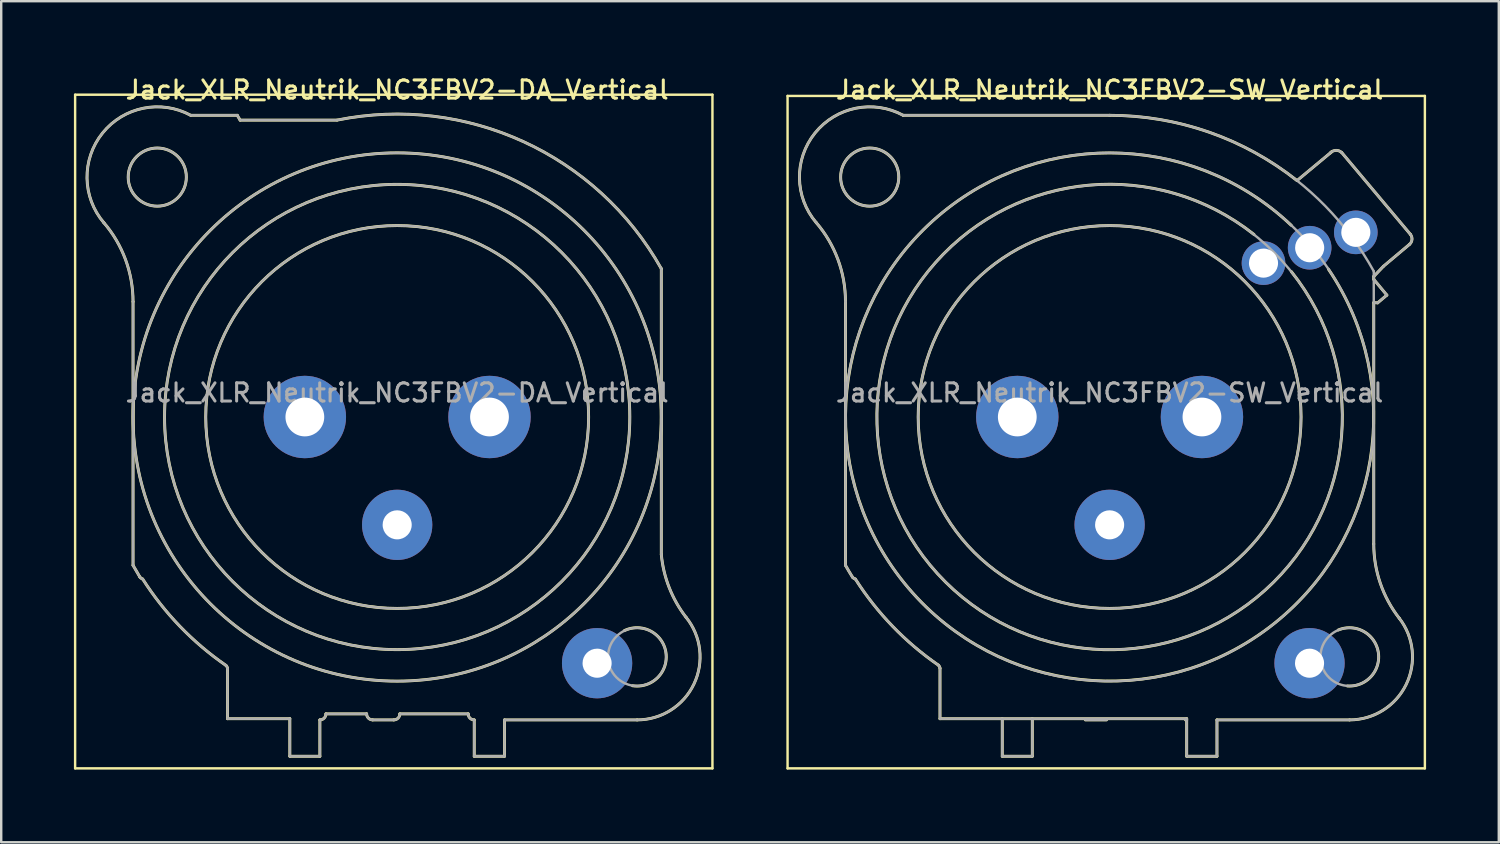
<source format=kicad_pcb>
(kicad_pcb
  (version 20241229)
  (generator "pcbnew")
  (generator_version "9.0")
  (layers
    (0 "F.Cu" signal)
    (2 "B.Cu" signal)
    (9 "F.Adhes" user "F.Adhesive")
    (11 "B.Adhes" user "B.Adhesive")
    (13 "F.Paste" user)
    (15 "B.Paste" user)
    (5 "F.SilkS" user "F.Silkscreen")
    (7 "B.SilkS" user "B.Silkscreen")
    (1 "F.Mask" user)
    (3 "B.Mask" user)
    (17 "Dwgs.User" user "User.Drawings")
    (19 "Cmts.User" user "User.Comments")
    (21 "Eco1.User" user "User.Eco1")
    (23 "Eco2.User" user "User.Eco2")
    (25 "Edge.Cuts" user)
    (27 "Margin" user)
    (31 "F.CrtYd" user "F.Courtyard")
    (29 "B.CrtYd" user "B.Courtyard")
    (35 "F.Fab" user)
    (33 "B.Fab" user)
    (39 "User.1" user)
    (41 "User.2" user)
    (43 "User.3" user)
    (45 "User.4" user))
  (footprint "Jack_XLR_Neutrik_NC3FBV2-DA_Vertical"
    (layer "F.Cu")
    (at 17.15 14.158)
    (property "Reference" "Jack_XLR_Neutrik_NC3FBV2-DA_Vertical" (at -3.81 -13.5 0) (layer "F.SilkS") (effects (font (size 0.75 0.75) (thickness 0.125))))
    (attr through_hole)
    (fp_line (start -17.1 -13.3) (end 9.2 -13.3) (stroke (width 0.1) (type solid)) (layer "F.SilkS"))
    (fp_line (start -17.1 14.5) (end -17.1 -13.3) (stroke (width 0.1) (type solid)) (layer "F.SilkS"))
    (fp_line (start -14.71 -4.76) (end -14.71 6.12) (stroke (width 0.12) (type solid)) (layer "F.SilkS"))
    (fp_line (start -14.71 6.12) (end -14.43 6.6) (stroke (width 0.12) (type solid)) (layer "F.SilkS"))
    (fp_line (start -10.81 10.39) (end -10.81 12.45) (stroke (width 0.12) (type solid)) (layer "F.SilkS"))
    (fp_line (start -10.81 12.45) (end -8.24 12.45) (stroke (width 0.12) (type solid)) (layer "F.SilkS"))
    (fp_line (start -10.41 -12.45) (end -12.33 -12.45) (stroke (width 0.12) (type solid)) (layer "F.SilkS"))
    (fp_line (start -10.29 -12.25) (end -10.41 -12.45) (stroke (width 0.12) (type solid)) (layer "F.SilkS"))
    (fp_line (start -8.24 12.45) (end -8.24 14) (stroke (width 0.12) (type solid)) (layer "F.SilkS"))
    (fp_line (start -7 14) (end -8.24 14) (stroke (width 0.12) (type solid)) (layer "F.SilkS"))
    (fp_line (start -7 14) (end -7 12.5) (stroke (width 0.12) (type solid)) (layer "F.SilkS"))
    (fp_line (start -6.75 12.25) (end -5.07 12.25) (stroke (width 0.12) (type solid)) (layer "F.SilkS"))
    (fp_line (start -6.3 -12.25) (end -10.29 -12.25) (stroke (width 0.12) (type solid)) (layer "F.SilkS"))
    (fp_line (start -4.82 12.5) (end -3.95 12.5) (stroke (width 0.12) (type solid)) (layer "F.SilkS"))
    (fp_line (start -3.7 12.25) (end -0.88 12.25) (stroke (width 0.12) (type solid)) (layer "F.SilkS"))
    (fp_line (start -0.63 12.5) (end -0.63 14) (stroke (width 0.12) (type solid)) (layer "F.SilkS"))
    (fp_line (start 0.62 12.5) (end 6.09 12.5) (stroke (width 0.12) (type solid)) (layer "F.SilkS"))
    (fp_line (start 0.62 14) (end -0.63 14) (stroke (width 0.12) (type solid)) (layer "F.SilkS"))
    (fp_line (start 0.62 14) (end 0.62 12.5) (stroke (width 0.12) (type solid)) (layer "F.SilkS"))
    (fp_line (start 7.09 5.67) (end 7.09 -6.12) (stroke (width 0.12) (type solid)) (layer "F.SilkS"))
    (fp_line (start 9.2 -13.3) (end 9.2 14.5) (stroke (width 0.1) (type solid)) (layer "F.SilkS"))
    (fp_line (start 9.2 14.5) (end -17.1 14.5) (stroke (width 0.1) (type solid)) (layer "F.SilkS"))
    (fp_arc (start -15.916051 -8.020379) (mid -15.021177 -6.498148) (end -14.71 -4.76) (stroke (width 0.12) (type solid)) (layer "F.SilkS"))
    (fp_arc (start -15.908884 -8.010077) (mid -15.967404 -11.719623) (end -12.33 -12.45) (stroke (width 0.12) (type solid)) (layer "F.SilkS"))
    (fp_arc (start -14.313753 6.685219) (mid -14.379716 6.653303) (end -14.43 6.6) (stroke (width 0.12) (type solid)) (layer "F.SilkS"))
    (fp_arc (start -10.879208 10.248532) (mid -12.772983 8.641241) (end -14.31 6.69) (stroke (width 0.12) (type solid)) (layer "F.SilkS"))
    (fp_arc (start -10.874359 10.252686) (mid -10.828679 10.315015) (end -10.81 10.39) (stroke (width 0.12) (type solid)) (layer "F.SilkS"))
    (fp_arc (start -6.75 12.25) (mid -6.823223 12.426777) (end -7 12.5) (stroke (width 0.12) (type solid)) (layer "F.SilkS"))
    (fp_arc (start -6.283571 -12.253402) (mid 1.401126 -11.362596) (end 7.09 -6.12) (stroke (width 0.12) (type solid)) (layer "F.SilkS"))
    (fp_arc (start -4.82 12.5) (mid -4.996777 12.426777) (end -5.07 12.25) (stroke (width 0.12) (type solid)) (layer "F.SilkS"))
    (fp_arc (start -3.7 12.25) (mid -3.773223 12.426777) (end -3.95 12.5) (stroke (width 0.12) (type solid)) (layer "F.SilkS"))
    (fp_arc (start -0.63 12.5) (mid -0.806777 12.426777) (end -0.88 12.25) (stroke (width 0.12) (type solid)) (layer "F.SilkS"))
    (fp_arc (start 5.563083 8.81623) (mid 7.282057 9.723366) (end 5.9 11.09) (stroke (width 0.12) (type solid)) (layer "F.SilkS"))
    (fp_arc (start 8.110579 8.263767) (mid 8.436721 11.019329) (end 6.09 12.5) (stroke (width 0.12) (type solid)) (layer "F.SilkS"))
    (fp_arc (start 8.111727 8.266808) (mid 7.416073 7.041111) (end 7.09 5.67) (stroke (width 0.12) (type solid)) (layer "F.SilkS"))
    (fp_circle (center -13.71 -9.9) (end -12.51 -9.9) (stroke (width 0.12) (type solid)) (fill no) (layer "F.SilkS"))
    (fp_circle (center -3.81 0) (end 4.09 0) (stroke (width 0.12) (type solid)) (fill no) (layer "F.SilkS"))
    (fp_circle (center -3.81 0) (end 5.79 0) (stroke (width 0.12) (type solid)) (fill no) (layer "F.SilkS"))
    (fp_circle (center -3.81 0) (end 7.09 0) (stroke (width 0.12) (type solid)) (fill no) (layer "F.SilkS"))
    (fp_line (start -14.71 -4.76) (end -14.71 6.12) (stroke (width 0.1) (type solid)) (layer "F.Fab"))
    (fp_line (start -14.71 6.12) (end -14.43 6.6) (stroke (width 0.1) (type solid)) (layer "F.Fab"))
    (fp_line (start -10.81 10.39) (end -10.81 12.45) (stroke (width 0.1) (type solid)) (layer "F.Fab"))
    (fp_line (start -10.81 12.45) (end -8.24 12.45) (stroke (width 0.1) (type solid)) (layer "F.Fab"))
    (fp_line (start -10.41 -12.45) (end -12.33 -12.45) (stroke (width 0.1) (type solid)) (layer "F.Fab"))
    (fp_line (start -10.29 -12.25) (end -10.41 -12.45) (stroke (width 0.1) (type solid)) (layer "F.Fab"))
    (fp_line (start -8.24 12.45) (end -8.24 14) (stroke (width 0.1) (type solid)) (layer "F.Fab"))
    (fp_line (start -7 14) (end -8.24 14) (stroke (width 0.1) (type solid)) (layer "F.Fab"))
    (fp_line (start -7 14) (end -7 12.5) (stroke (width 0.1) (type solid)) (layer "F.Fab"))
    (fp_line (start -6.75 12.25) (end -5.07 12.25) (stroke (width 0.1) (type solid)) (layer "F.Fab"))
    (fp_line (start -6.3 -12.25) (end -10.29 -12.25) (stroke (width 0.1) (type solid)) (layer "F.Fab"))
    (fp_line (start -4.82 12.5) (end -3.95 12.5) (stroke (width 0.1) (type solid)) (layer "F.Fab"))
    (fp_line (start -3.7 12.25) (end -0.88 12.25) (stroke (width 0.1) (type solid)) (layer "F.Fab"))
    (fp_line (start -0.63 12.5) (end -0.63 14) (stroke (width 0.1) (type solid)) (layer "F.Fab"))
    (fp_line (start 0.62 12.5) (end 6.09 12.5) (stroke (width 0.1) (type solid)) (layer "F.Fab"))
    (fp_line (start 0.62 14) (end -0.63 14) (stroke (width 0.1) (type solid)) (layer "F.Fab"))
    (fp_line (start 0.62 14) (end 0.62 12.5) (stroke (width 0.1) (type solid)) (layer "F.Fab"))
    (fp_line (start 7.09 5.67) (end 7.09 -6.12) (stroke (width 0.1) (type solid)) (layer "F.Fab"))
    (fp_arc (start -15.916051 -8.020379) (mid -15.021177 -6.498148) (end -14.71 -4.76) (stroke (width 0.1) (type solid)) (layer "F.Fab"))
    (fp_arc (start -15.908884 -8.010077) (mid -15.967404 -11.719623) (end -12.33 -12.45) (stroke (width 0.1) (type solid)) (layer "F.Fab"))
    (fp_arc (start -14.313753 6.685219) (mid -14.379716 6.653303) (end -14.43 6.6) (stroke (width 0.1) (type solid)) (layer "F.Fab"))
    (fp_arc (start -10.879208 10.248532) (mid -12.772983 8.641241) (end -14.31 6.69) (stroke (width 0.1) (type solid)) (layer "F.Fab"))
    (fp_arc (start -10.874359 10.252686) (mid -10.828679 10.315015) (end -10.81 10.39) (stroke (width 0.1) (type solid)) (layer "F.Fab"))
    (fp_arc (start -6.75 12.25) (mid -6.823223 12.426777) (end -7 12.5) (stroke (width 0.1) (type solid)) (layer "F.Fab"))
    (fp_arc (start -6.283571 -12.253402) (mid 1.401126 -11.362596) (end 7.09 -6.12) (stroke (width 0.1) (type solid)) (layer "F.Fab"))
    (fp_arc (start -4.82 12.5) (mid -4.996777 12.426777) (end -5.07 12.25) (stroke (width 0.1) (type solid)) (layer "F.Fab"))
    (fp_arc (start -3.7 12.25) (mid -3.773223 12.426777) (end -3.95 12.5) (stroke (width 0.1) (type solid)) (layer "F.Fab"))
    (fp_arc (start -0.63 12.5) (mid -0.806777 12.426777) (end -0.88 12.25) (stroke (width 0.1) (type solid)) (layer "F.Fab"))
    (fp_arc (start 8.110579 8.263767) (mid 8.436721 11.019329) (end 6.09 12.5) (stroke (width 0.1) (type solid)) (layer "F.Fab"))
    (fp_arc (start 8.111727 8.266808) (mid 7.416073 7.041111) (end 7.09 5.67) (stroke (width 0.1) (type solid)) (layer "F.Fab"))
    (fp_circle (center -13.71 -9.9) (end -12.51 -9.9) (stroke (width 0.1) (type solid)) (fill no) (layer "F.Fab"))
    (fp_circle (center -3.81 0) (end 4.09 0) (stroke (width 0.1) (type solid)) (fill no) (layer "F.Fab"))
    (fp_circle (center -3.81 0) (end 5.79 0) (stroke (width 0.1) (type solid)) (fill no) (layer "F.Fab"))
    (fp_circle (center -3.81 0) (end 7.09 0) (stroke (width 0.1) (type solid)) (fill no) (layer "F.Fab"))
    (fp_circle (center 6.09 9.9) (end 7.29 9.9) (stroke (width 0.1) (type solid)) (fill no) (layer "F.Fab"))
    (fp_text user "${REFERENCE}" (at -3.81 -1 0) (layer "F.Fab") (effects (font (size 0.75 0.75) (thickness 0.125))))
    (pad "1" thru_hole circle (at 0 0) (size 3.4 3.4) (drill 1.6) (layers "*.Cu" "*.Mask"))
    (pad "2" thru_hole circle (at -7.62 0) (size 3.4 3.4) (drill 1.6) (layers "*.Cu" "*.Mask"))
    (pad "3" thru_hole circle (at -3.81 4.45) (size 2.9 2.9) (drill 1.2) (layers "*.Cu" "*.Mask"))
    (pad "G" thru_hole circle (at 4.44 10.16) (size 2.9 2.9) (drill 1.2) (layers "*.Cu" "*.Mask")))
  (footprint "Jack_XLR_Neutrik_NC3FBV2-SW_Vertical"
    (layer "F.Cu")
    (at 46.55 14.158)
    (property "Reference" "Jack_XLR_Neutrik_NC3FBV2-SW_Vertical" (at -3.81 -13.5 0) (layer "F.SilkS") (effects (font (size 0.75 0.75) (thickness 0.125))))
    (attr through_hole)
    (fp_line (start -17.1 -13.25) (end 9.2 -13.25) (stroke (width 0.1) (type solid)) (layer "F.SilkS"))
    (fp_line (start -17.1 14.5) (end -17.1 -13.25) (stroke (width 0.1) (type solid)) (layer "F.SilkS"))
    (fp_line (start -14.71 -4.76) (end -14.71 6.12) (stroke (width 0.12) (type solid)) (layer "F.SilkS"))
    (fp_line (start -10.81 10.37) (end -10.81 12.45) (stroke (width 0.12) (type solid)) (layer "F.SilkS"))
    (fp_line (start -10.81 12.45) (end -0.63 12.45) (stroke (width 0.12) (type solid)) (layer "F.SilkS"))
    (fp_line (start -8.24 12.45) (end -8.24 14) (stroke (width 0.12) (type solid)) (layer "F.SilkS"))
    (fp_line (start -7 14) (end -8.24 14) (stroke (width 0.12) (type solid)) (layer "F.SilkS"))
    (fp_line (start -7 14) (end -7 12.45) (stroke (width 0.12) (type solid)) (layer "F.SilkS"))
    (fp_line (start -4.81 12.5) (end -3.94 12.5) (stroke (width 0.12) (type solid)) (layer "F.SilkS"))
    (fp_line (start -3.81 -12.45) (end -12.33 -12.45) (stroke (width 0.12) (type solid)) (layer "F.SilkS"))
    (fp_line (start -0.63 12.5) (end -0.675 12.5) (stroke (width 0.12) (type solid)) (layer "F.SilkS"))
    (fp_line (start -0.63 12.5) (end -0.63 12.45) (stroke (width 0.12) (type solid)) (layer "F.SilkS"))
    (fp_line (start -0.63 12.5) (end -0.63 14) (stroke (width 0.12) (type solid)) (layer "F.SilkS"))
    (fp_line (start 0.62 12.5) (end 6.09 12.5) (stroke (width 0.12) (type solid)) (layer "F.SilkS"))
    (fp_line (start 0.62 14) (end -0.63 14) (stroke (width 0.12) (type solid)) (layer "F.SilkS"))
    (fp_line (start 0.62 14) (end 0.62 12.5) (stroke (width 0.12) (type solid)) (layer "F.SilkS"))
    (fp_line (start 3.93 -9.76) (end 5.35 -10.94) (stroke (width 0.12) (type solid)) (layer "F.SilkS"))
    (fp_line (start 5.77 -10.91) (end 8.6 -7.54) (stroke (width 0.12) (type solid)) (layer "F.SilkS"))
    (fp_line (start 7.09 -5.68) (end 7.09 -5.8) (stroke (width 0.12) (type solid)) (layer "F.SilkS"))
    (fp_line (start 7.09 -5.68) (end 7.63 -5.03) (stroke (width 0.12) (type solid)) (layer "F.SilkS"))
    (fp_line (start 7.09 -4.72) (end 7.25 -4.71) (stroke (width 0.12) (type solid)) (layer "F.SilkS"))
    (fp_line (start 7.09 5.24) (end 7.09 -4.72) (stroke (width 0.12) (type solid)) (layer "F.SilkS"))
    (fp_line (start 7.49 -6.22) (end 7.09 -5.8) (stroke (width 0.12) (type solid)) (layer "F.SilkS"))
    (fp_line (start 7.63 -5.03) (end 7.25 -4.71) (stroke (width 0.12) (type solid)) (layer "F.SilkS"))
    (fp_line (start 8.56 -7.12) (end 7.49 -6.22) (stroke (width 0.12) (type solid)) (layer "F.SilkS"))
    (fp_line (start 9.2 -13.25) (end 9.2 14.5) (stroke (width 0.1) (type solid)) (layer "F.SilkS"))
    (fp_line (start 9.2 14.5) (end -17.1 14.5) (stroke (width 0.1) (type solid)) (layer "F.SilkS"))
    (fp_arc (start -15.916051 -8.020379) (mid -15.021177 -6.498148) (end -14.71 -4.76) (stroke (width 0.12) (type solid)) (layer "F.SilkS"))
    (fp_arc (start -15.912179 -8.013918) (mid -15.965815 -11.721592) (end -12.33 -12.45) (stroke (width 0.12) (type solid)) (layer "F.SilkS"))
    (fp_arc (start -14.421158 6.608156) (mid -14.568348 6.365716) (end -14.71 6.12) (stroke (width 0.12) (type solid)) (layer "F.SilkS"))
    (fp_arc (start -14.305433 6.684771) (mid -14.369308 6.657486) (end -14.42 6.61) (stroke (width 0.12) (type solid)) (layer "F.SilkS"))
    (fp_arc (start -10.872947 10.242974) (mid -10.829902 10.300753) (end -10.81 10.37) (stroke (width 0.12) (type solid)) (layer "F.SilkS"))
    (fp_arc (start -10.869996 10.244641) (mid -12.763182 8.639256) (end -14.3 6.69) (stroke (width 0.12) (type solid)) (layer "F.SilkS"))
    (fp_arc (start -3.813831 -12.449537) (mid 0.28062 -11.758308) (end 3.92 -9.759) (stroke (width 0.12) (type solid)) (layer "F.SilkS"))
    (fp_arc (start 3.69 -6) (mid -10.58257 6.810455) (end 2.148069 -7.533353) (stroke (width 0.12) (type solid)) (layer "F.SilkS"))
    (fp_arc (start 5.22 -6.1) (mid -12.122241 7.046812) (end 3.685671 -7.909855) (stroke (width 0.12) (type solid)) (layer "F.SilkS"))
    (fp_arc (start 5.3 -10.9) (mid 5.532929 -11.00234) (end 5.77 -10.91) (stroke (width 0.12) (type solid)) (layer "F.SilkS"))
    (fp_arc (start 5.625402 8.789933) (mid 7.277854 9.707379) (end 6 11.1) (stroke (width 0.12) (type solid)) (layer "F.SilkS"))
    (fp_arc (start 8.141619 8.302858) (mid 8.42587 11.041804) (end 6.09 12.5) (stroke (width 0.12) (type solid)) (layer "F.SilkS"))
    (fp_arc (start 8.14247 8.305283) (mid 7.360446 6.860467) (end 7.09 5.24) (stroke (width 0.12) (type solid)) (layer "F.SilkS"))
    (fp_arc (start 8.6 -7.54) (mid 8.666985 -7.321716) (end 8.56 -7.12) (stroke (width 0.12) (type solid)) (layer "F.SilkS"))
    (fp_circle (center -13.71 -9.9) (end -12.51 -9.9) (stroke (width 0.12) (type solid)) (fill no) (layer "F.SilkS"))
    (fp_circle (center -3.81 0) (end 4.09 0) (stroke (width 0.12) (type solid)) (fill no) (layer "F.SilkS"))
    (fp_line (start -14.71 -4.76) (end -14.71 6.12) (stroke (width 0.1) (type solid)) (layer "F.Fab"))
    (fp_line (start -10.81 10.37) (end -10.81 12.45) (stroke (width 0.1) (type solid)) (layer "F.Fab"))
    (fp_line (start -10.81 12.45) (end -0.63 12.45) (stroke (width 0.1) (type solid)) (layer "F.Fab"))
    (fp_line (start -8.24 12.45) (end -8.24 14) (stroke (width 0.1) (type solid)) (layer "F.Fab"))
    (fp_line (start -7 14) (end -8.24 14) (stroke (width 0.1) (type solid)) (layer "F.Fab"))
    (fp_line (start -7 14) (end -7 12.45) (stroke (width 0.1) (type solid)) (layer "F.Fab"))
    (fp_line (start -4.81 12.5) (end -3.94 12.5) (stroke (width 0.1) (type solid)) (layer "F.Fab"))
    (fp_line (start -3.81 -12.45) (end -12.33 -12.45) (stroke (width 0.1) (type solid)) (layer "F.Fab"))
    (fp_line (start -0.63 12.5) (end -0.675 12.5) (stroke (width 0.1) (type solid)) (layer "F.Fab"))
    (fp_line (start -0.63 12.5) (end -0.63 12.45) (stroke (width 0.1) (type solid)) (layer "F.Fab"))
    (fp_line (start -0.63 12.5) (end -0.63 14) (stroke (width 0.1) (type solid)) (layer "F.Fab"))
    (fp_line (start 0.62 12.5) (end 6.09 12.5) (stroke (width 0.1) (type solid)) (layer "F.Fab"))
    (fp_line (start 0.62 14) (end -0.63 14) (stroke (width 0.1) (type solid)) (layer "F.Fab"))
    (fp_line (start 0.62 14) (end 0.62 12.5) (stroke (width 0.1) (type solid)) (layer "F.Fab"))
    (fp_line (start 3.93 -9.76) (end 5.3 -10.9) (stroke (width 0.1) (type solid)) (layer "F.Fab"))
    (fp_line (start 5.77 -10.91) (end 8.6 -7.54) (stroke (width 0.1) (type solid)) (layer "F.Fab"))
    (fp_line (start 7.09 -5.68) (end 7.63 -5.03) (stroke (width 0.1) (type solid)) (layer "F.Fab"))
    (fp_line (start 7.09 -4.72) (end 7.25 -4.71) (stroke (width 0.1) (type solid)) (layer "F.Fab"))
    (fp_line (start 7.09 5.24) (end 7.09 -6.015) (stroke (width 0.1) (type solid)) (layer "F.Fab"))
    (fp_line (start 7.49 -6.22) (end 7.09 -5.8) (stroke (width 0.1) (type solid)) (layer "F.Fab"))
    (fp_line (start 7.63 -5.03) (end 7.25 -4.71) (stroke (width 0.1) (type solid)) (layer "F.Fab"))
    (fp_line (start 8.56 -7.12) (end 7.49 -6.22) (stroke (width 0.1) (type solid)) (layer "F.Fab"))
    (fp_arc (start -15.916051 -8.020379) (mid -15.021177 -6.498148) (end -14.71 -4.76) (stroke (width 0.1) (type solid)) (layer "F.Fab"))
    (fp_arc (start -15.912179 -8.013918) (mid -15.965815 -11.721592) (end -12.33 -12.45) (stroke (width 0.1) (type solid)) (layer "F.Fab"))
    (fp_arc (start -14.421158 6.608156) (mid -14.568348 6.365716) (end -14.71 6.12) (stroke (width 0.1) (type solid)) (layer "F.Fab"))
    (fp_arc (start -14.305433 6.684771) (mid -14.369308 6.657486) (end -14.42 6.61) (stroke (width 0.1) (type solid)) (layer "F.Fab"))
    (fp_arc (start -10.872947 10.242974) (mid -10.829902 10.300753) (end -10.81 10.37) (stroke (width 0.1) (type solid)) (layer "F.Fab"))
    (fp_arc (start -10.869996 10.244641) (mid -12.763182 8.639256) (end -14.3 6.69) (stroke (width 0.1) (type solid)) (layer "F.Fab"))
    (fp_arc (start -3.808141 -12.449507) (mid 2.519562 -10.720395) (end 7.09 -6.015) (stroke (width 0.1) (type solid)) (layer "F.Fab"))
    (fp_arc (start 5.3 -10.9) (mid 5.532929 -11.00234) (end 5.77 -10.91) (stroke (width 0.1) (type solid)) (layer "F.Fab"))
    (fp_arc (start 8.141619 8.302858) (mid 8.42587 11.041804) (end 6.09 12.5) (stroke (width 0.1) (type solid)) (layer "F.Fab"))
    (fp_arc (start 8.14247 8.305283) (mid 7.360446 6.860467) (end 7.09 5.24) (stroke (width 0.1) (type solid)) (layer "F.Fab"))
    (fp_arc (start 8.6 -7.54) (mid 8.666985 -7.321716) (end 8.56 -7.12) (stroke (width 0.1) (type solid)) (layer "F.Fab"))
    (fp_circle (center -13.71 -9.9) (end -12.51 -9.9) (stroke (width 0.1) (type solid)) (fill no) (layer "F.Fab"))
    (fp_circle (center -3.81 0) (end 4.09 0) (stroke (width 0.1) (type solid)) (fill no) (layer "F.Fab"))
    (fp_circle (center -3.81 0) (end 5.79 0) (stroke (width 0.1) (type solid)) (fill no) (layer "F.Fab"))
    (fp_circle (center -3.81 0) (end 7.09 0) (stroke (width 0.1) (type solid)) (fill no) (layer "F.Fab"))
    (fp_circle (center 6.09 9.9) (end 7.29 9.9) (stroke (width 0.1) (type solid)) (fill no) (layer "F.Fab"))
    (fp_text user "${REFERENCE}" (at -3.81 -1 0) (layer "F.Fab") (effects (font (size 0.75 0.75) (thickness 0.125))))
    (pad "1" thru_hole circle (at 0 0) (size 3.4 3.4) (drill 1.6) (layers "*.Cu" "*.Mask"))
    (pad "2" thru_hole circle (at -7.62 0) (size 3.4 3.4) (drill 1.6) (layers "*.Cu" "*.Mask"))
    (pad "3" thru_hole circle (at -3.81 4.45) (size 2.9 2.9) (drill 1.2) (layers "*.Cu" "*.Mask"))
    (pad "G" thru_hole circle (at 4.44 10.16) (size 2.9 2.9) (drill 1.2) (layers "*.Cu" "*.Mask"))
    (pad "N" thru_hole circle (at 4.445 -6.985) (size 1.8 1.8) (drill 1.2) (layers "*.Cu" "*.Mask"))
    (pad "NC" thru_hole circle (at 2.54 -6.35) (size 1.8 1.8) (drill 1.2) (layers "*.Cu" "*.Mask"))
    (pad "NO" thru_hole circle (at 6.35 -7.62) (size 1.8 1.8) (drill 1.2) (layers "*.Cu" "*.Mask")))
  (gr_rect
    (start -3 -3)
    (end 58.8 31.708)
    (stroke (width 0.1) (type default))
    (fill no)
    (layer "Edge.Cuts")))
</source>
